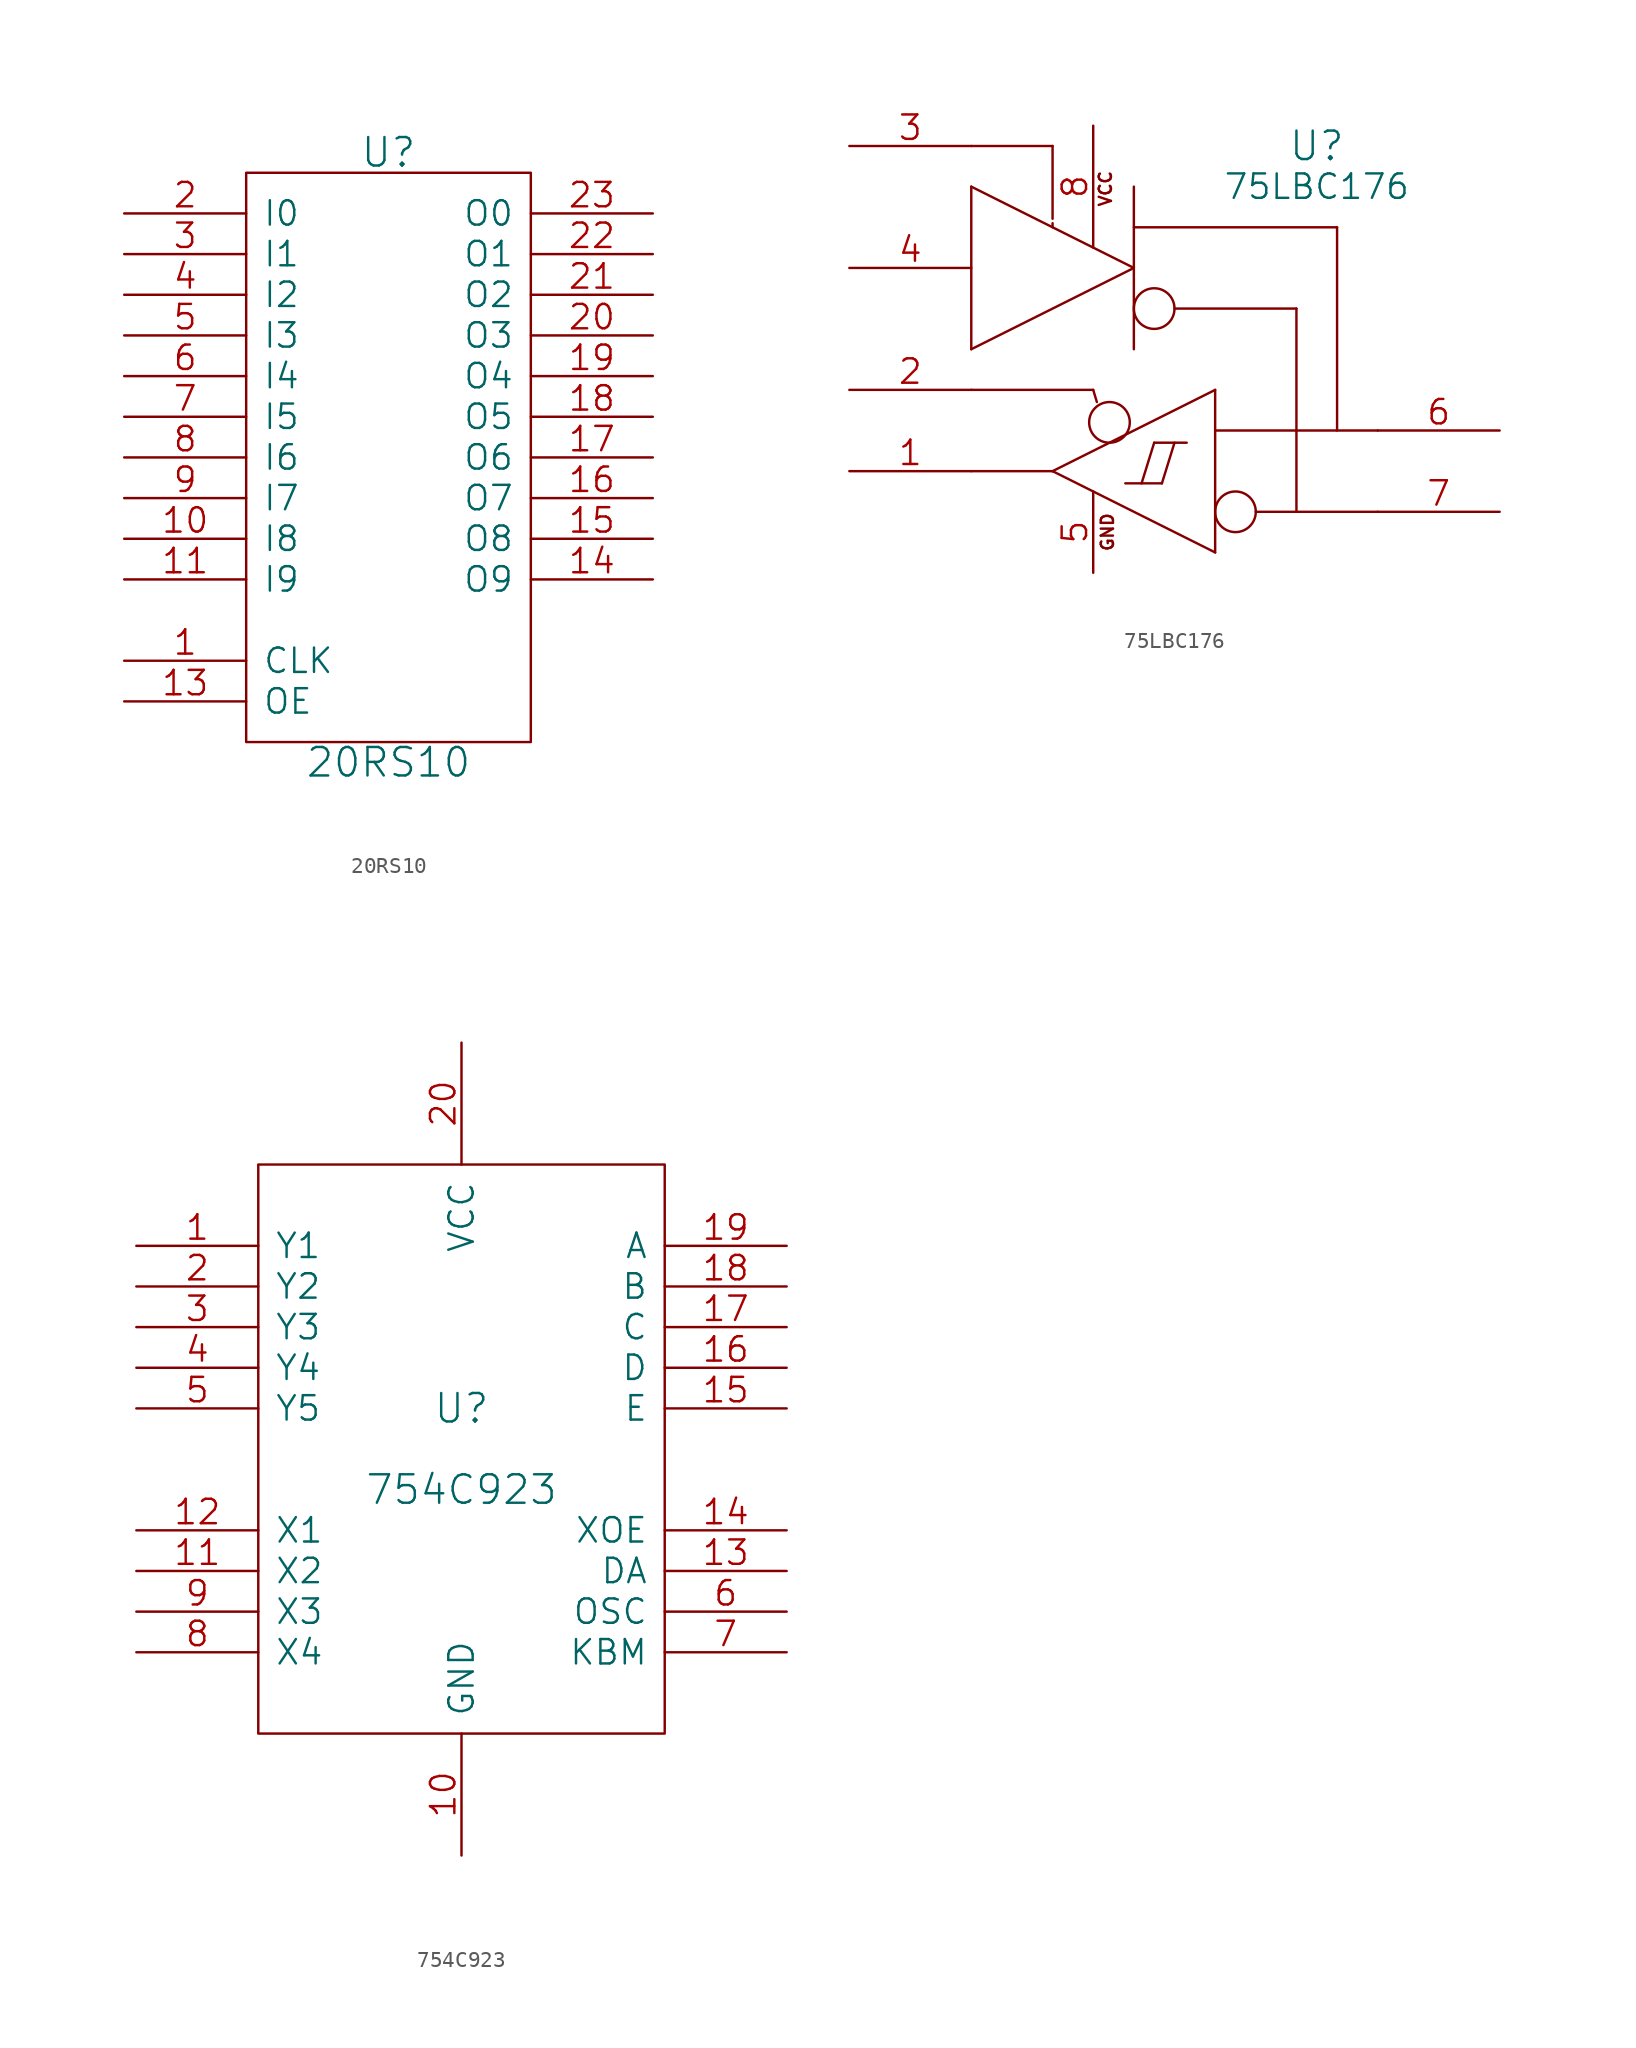
<source format=kicad_sym>
(kicad_symbol_lib
  (version 20211014)
  (generator kicad_symbol_editor)
  (symbol "20RS10"
    (pin_names
      (offset 1.016))
    (property "Reference" "U"
      (at 0 19.05 0)
      (effects (font (size 1.778 1.778))))
    (property "Value" "20RS10"
      (at 0 -19.05 0)
      (effects (font (size 1.778 1.778))))
    (property "Footprint" ""
      (at 0 0 0)
      (effects (font (size 1.524 1.524))))
    (property "Datasheet" ""
      (at 0 0 0)
      (effects (font (size 1.524 1.524))))
    (symbol "20RS10_0_1"
      (rectangle (start -8.89 -17.78) (end 8.89 17.78) (stroke (width 0) (type default) (color 0 0 0 0)) (fill (type none))))
    (symbol "20RS10_1_1"
      (pin input line (at -16.51 -12.7 0) (length 7.62) (name "CLK" (effects (font (size 1.524 1.524)))) (number "1" (effects (font (size 1.524 1.524)))))
      (pin input line (at -16.51 -5.08 0) (length 7.62) (name "I8" (effects (font (size 1.524 1.524)))) (number "10" (effects (font (size 1.524 1.524)))))
      (pin input line (at -16.51 -7.62 0) (length 7.62) (name "I9" (effects (font (size 1.524 1.524)))) (number "11" (effects (font (size 1.524 1.524)))))
      (pin power_in line (at -8.89 -17.78 90) (length 0) hide (name "GND" (effects (font (size 1.524 1.524)))) (number "12" (effects (font (size 1.524 1.524)))))
      (pin input line (at -16.51 -15.24 0) (length 7.62) (name "OE" (effects (font (size 1.524 1.524)))) (number "13" (effects (font (size 1.524 1.524)))))
      (pin output line (at 16.51 -7.62 180) (length 7.62) (name "O9" (effects (font (size 1.524 1.524)))) (number "14" (effects (font (size 1.524 1.524)))))
      (pin output line (at 16.51 -5.08 180) (length 7.62) (name "O8" (effects (font (size 1.524 1.524)))) (number "15" (effects (font (size 1.524 1.524)))))
      (pin output line (at 16.51 -2.54 180) (length 7.62) (name "O7" (effects (font (size 1.524 1.524)))) (number "16" (effects (font (size 1.524 1.524)))))
      (pin output line (at 16.51 0 180) (length 7.62) (name "O6" (effects (font (size 1.524 1.524)))) (number "17" (effects (font (size 1.524 1.524)))))
      (pin output line (at 16.51 2.54 180) (length 7.62) (name "O5" (effects (font (size 1.524 1.524)))) (number "18" (effects (font (size 1.524 1.524)))))
      (pin output line (at 16.51 5.08 180) (length 7.62) (name "O4" (effects (font (size 1.524 1.524)))) (number "19" (effects (font (size 1.524 1.524)))))
      (pin input line (at -16.51 15.24 0) (length 7.62) (name "I0" (effects (font (size 1.524 1.524)))) (number "2" (effects (font (size 1.524 1.524)))))
      (pin output line (at 16.51 7.62 180) (length 7.62) (name "O3" (effects (font (size 1.524 1.524)))) (number "20" (effects (font (size 1.524 1.524)))))
      (pin output line (at 16.51 10.16 180) (length 7.62) (name "O2" (effects (font (size 1.524 1.524)))) (number "21" (effects (font (size 1.524 1.524)))))
      (pin output line (at 16.51 12.7 180) (length 7.62) (name "O1" (effects (font (size 1.524 1.524)))) (number "22" (effects (font (size 1.524 1.524)))))
      (pin output line (at 16.51 15.24 180) (length 7.62) (name "O0" (effects (font (size 1.524 1.524)))) (number "23" (effects (font (size 1.524 1.524)))))
      (pin power_in line (at -8.89 17.78 90) (length 0) hide (name "VCC" (effects (font (size 1.524 1.524)))) (number "24" (effects (font (size 1.524 1.524)))))
      (pin input line (at -16.51 12.7 0) (length 7.62) (name "I1" (effects (font (size 1.524 1.524)))) (number "3" (effects (font (size 1.524 1.524)))))
      (pin input line (at -16.51 10.16 0) (length 7.62) (name "I2" (effects (font (size 1.524 1.524)))) (number "4" (effects (font (size 1.524 1.524)))))
      (pin input line (at -16.51 7.62 0) (length 7.62) (name "I3" (effects (font (size 1.524 1.524)))) (number "5" (effects (font (size 1.524 1.524)))))
      (pin input line (at -16.51 5.08 0) (length 7.62) (name "I4" (effects (font (size 1.524 1.524)))) (number "6" (effects (font (size 1.524 1.524)))))
      (pin input line (at -16.51 2.54 0) (length 7.62) (name "I5" (effects (font (size 1.524 1.524)))) (number "7" (effects (font (size 1.524 1.524)))))
      (pin input line (at -16.51 0 0) (length 7.62) (name "I6" (effects (font (size 1.524 1.524)))) (number "8" (effects (font (size 1.524 1.524)))))
      (pin input line (at -16.51 -2.54 0) (length 7.62) (name "I7" (effects (font (size 1.524 1.524)))) (number "9" (effects (font (size 1.524 1.524)))))))
  (symbol "75LBC176"
    (pin_names
      (offset 1.016) hide)
    (property "Reference" "U"
      (at 8.89 11.43 0)
      (effects (font (size 1.778 1.778))))
    (property "Value" "75LBC176"
      (at 8.89 8.89 0)
      (effects (font (size 1.524 1.524))))
    (property "Footprint" ""
      (at 0 0 0)
      (effects (font (size 1.524 1.524))))
    (property "Datasheet" ""
      (at 0 0 0)
      (effects (font (size 1.524 1.524))))
    (symbol "75LBC176_0_1"
      (circle (center -4.064 -5.842) (radius 1.27) (stroke (width 0) (type default) (color 0 0 0 0)) (fill (type none)))
      (circle (center -1.27 1.27) (radius 1.27) (stroke (width 0) (type default) (color 0 0 0 0)) (fill (type none)))
      (polyline (pts (xy -12.7 -3.81) (xy -5.08 -3.81)) (stroke (width 0) (type default) (color 0 0 0 0)) (fill (type none)))
      (polyline (pts (xy -12.7 -1.27) (xy -12.7 8.89)) (stroke (width 0) (type default) (color 0 0 0 0)) (fill (type none)))
      (polyline (pts (xy -12.7 8.89) (xy -2.54 3.81)) (stroke (width 0) (type default) (color 0 0 0 0)) (fill (type none)))
      (polyline (pts (xy -12.7 11.43) (xy -7.62 11.43)) (stroke (width 0) (type default) (color 0 0 0 0)) (fill (type none)))
      (polyline (pts (xy -7.62 -8.89) (xy -12.7 -8.89)) (stroke (width 0) (type default) (color 0 0 0 0)) (fill (type none)))
      (polyline (pts (xy -7.62 -8.89) (xy 2.54 -3.81)) (stroke (width 0) (type default) (color 0 0 0 0)) (fill (type none)))
      (polyline (pts (xy -7.62 6.604) (xy -7.62 6.35)) (stroke (width 0) (type default) (color 0 0 0 0)) (fill (type none)))
      (polyline (pts (xy -7.62 11.43) (xy -7.62 6.883)) (stroke (width 0) (type default) (color 0 0 0 0)) (fill (type none)))
      (polyline (pts (xy -5.08 -3.81) (xy -4.851 -4.572)) (stroke (width 0) (type default) (color 0 0 0 0)) (fill (type none)))
      (polyline (pts (xy -2.54 3.81) (xy -12.7 -1.27)) (stroke (width 0) (type default) (color 0 0 0 0)) (fill (type none)))
      (polyline (pts (xy -2.54 6.35) (xy 10.16 6.35)) (stroke (width 0) (type default) (color 0 0 0 0)) (fill (type none)))
      (polyline (pts (xy -2.54 8.89) (xy -2.54 -1.27)) (stroke (width 0) (type default) (color 0 0 0 0)) (fill (type none)))
      (polyline (pts (xy -1.27 -7.112) (xy -2.057 -9.652)) (stroke (width 0) (type default) (color 0 0 0 0)) (fill (type none)))
      (polyline (pts (xy -0.787 -9.652) (xy -3.073 -9.652)) (stroke (width 0) (type default) (color 0 0 0 0)) (fill (type none)))
      (polyline (pts (xy 0 -7.112) (xy -0.787 -9.652)) (stroke (width 0) (type default) (color 0 0 0 0)) (fill (type none)))
      (polyline (pts (xy 0.762 -7.112) (xy -1.27 -7.112)) (stroke (width 0) (type default) (color 0 0 0 0)) (fill (type none)))
      (polyline (pts (xy 2.54 -13.97) (xy -7.62 -8.89)) (stroke (width 0) (type default) (color 0 0 0 0)) (fill (type none)))
      (polyline (pts (xy 2.54 -6.35) (xy 12.7 -6.35)) (stroke (width 0) (type default) (color 0 0 0 0)) (fill (type none)))
      (polyline (pts (xy 2.54 -3.81) (xy 2.54 -13.97)) (stroke (width 0) (type default) (color 0 0 0 0)) (fill (type none)))
      (polyline (pts (xy 7.62 1.27) (xy 0 1.27)) (stroke (width 0) (type default) (color 0 0 0 0)) (fill (type none)))
      (polyline (pts (xy 7.62 1.27) (xy 7.62 -11.43)) (stroke (width 0) (type default) (color 0 0 0 0)) (fill (type none)))
      (polyline (pts (xy 10.16 6.35) (xy 10.16 -6.35)) (stroke (width 0) (type default) (color 0 0 0 0)) (fill (type none)))
      (polyline (pts (xy 12.7 -11.43) (xy 5.08 -11.43)) (stroke (width 0) (type default) (color 0 0 0 0)) (fill (type none)))
      (circle (center 3.81 -11.43) (radius 1.27) (stroke (width 0) (type default) (color 0 0 0 0)) (fill (type none)))
      (text "GND" (at -4.191 -12.7 1) (effects (font (size 0.762 0.762))))
      (text "VCC" (at -4.318 8.763 1) (effects (font (size 0.762 0.762)))))
    (symbol "75LBC176_1_1"
      (pin output line (at -20.32 -8.89 0) (length 7.62) (name "ROUT" (effects (font (size 1.524 1.524)))) (number "1" (effects (font (size 1.524 1.524)))))
      (pin input line (at -20.32 -3.81 0) (length 7.62) (name "/RE" (effects (font (size 1.524 1.524)))) (number "2" (effects (font (size 1.524 1.524)))))
      (pin input line (at -20.32 11.43 0) (length 7.62) (name "DE" (effects (font (size 1.524 1.524)))) (number "3" (effects (font (size 1.524 1.524)))))
      (pin input line (at -20.32 3.81 0) (length 7.62) (name "DIN" (effects (font (size 1.524 1.524)))) (number "4" (effects (font (size 1.524 1.524)))))
      (pin power_in line (at -5.08 -15.24 90) (length 5.08) (name "GND" (effects (font (size 1.524 1.524)))) (number "5" (effects (font (size 1.524 1.524)))))
      (pin tri_state line (at 20.32 -6.35 180) (length 7.62) (name "BUS+" (effects (font (size 1.524 1.524)))) (number "6" (effects (font (size 1.524 1.524)))))
      (pin tri_state line (at 20.32 -11.43 180) (length 7.62) (name "BUS-" (effects (font (size 1.524 1.524)))) (number "7" (effects (font (size 1.524 1.524)))))
      (pin power_in line (at -5.08 12.7 270) (length 7.62) (name "VCC" (effects (font (size 1.524 1.524)))) (number "8" (effects (font (size 1.524 1.524)))))))
  (symbol "754C923"
    (pin_names
      (offset 1.016))
    (property "Reference" "U"
      (at 0 2.54 0)
      (effects (font (size 1.778 1.778))))
    (property "Value" "754C923"
      (at 0 -2.54 0)
      (effects (font (size 1.778 1.778))))
    (property "Footprint" ""
      (at 0 0 0)
      (effects (font (size 1.524 1.524))))
    (property "Datasheet" ""
      (at 0 0 0)
      (effects (font (size 1.524 1.524))))
    (symbol "754C923_0_1"
      (rectangle (start -12.7 -17.78) (end 12.7 17.78) (stroke (width 0) (type default) (color 0 0 0 0)) (fill (type none))))
    (symbol "754C923_1_1"
      (pin input line (at -20.32 12.7 0) (length 7.62) (name "Y1" (effects (font (size 1.524 1.524)))) (number "1" (effects (font (size 1.524 1.524)))))
      (pin passive line (at 0 -25.4 90) (length 7.62) (name "GND" (effects (font (size 1.524 1.524)))) (number "10" (effects (font (size 1.524 1.524)))))
      (pin input line (at -20.32 -7.62 0) (length 7.62) (name "X2" (effects (font (size 1.524 1.524)))) (number "11" (effects (font (size 1.524 1.524)))))
      (pin input line (at -20.32 -5.08 0) (length 7.62) (name "X1" (effects (font (size 1.524 1.524)))) (number "12" (effects (font (size 1.524 1.524)))))
      (pin output line (at 20.32 -7.62 180) (length 7.62) (name "DA" (effects (font (size 1.524 1.524)))) (number "13" (effects (font (size 1.524 1.524)))))
      (pin output line (at 20.32 -5.08 180) (length 7.62) (name "XOE" (effects (font (size 1.524 1.524)))) (number "14" (effects (font (size 1.524 1.524)))))
      (pin output line (at 20.32 2.54 180) (length 7.62) (name "E" (effects (font (size 1.524 1.524)))) (number "15" (effects (font (size 1.524 1.524)))))
      (pin output line (at 20.32 5.08 180) (length 7.62) (name "D" (effects (font (size 1.524 1.524)))) (number "16" (effects (font (size 1.524 1.524)))))
      (pin output line (at 20.32 7.62 180) (length 7.62) (name "C" (effects (font (size 1.524 1.524)))) (number "17" (effects (font (size 1.524 1.524)))))
      (pin output line (at 20.32 10.16 180) (length 7.62) (name "B" (effects (font (size 1.524 1.524)))) (number "18" (effects (font (size 1.524 1.524)))))
      (pin output line (at 20.32 12.7 180) (length 7.62) (name "A" (effects (font (size 1.524 1.524)))) (number "19" (effects (font (size 1.524 1.524)))))
      (pin input line (at -20.32 10.16 0) (length 7.62) (name "Y2" (effects (font (size 1.524 1.524)))) (number "2" (effects (font (size 1.524 1.524)))))
      (pin passive line (at 0 25.4 270) (length 7.62) (name "VCC" (effects (font (size 1.524 1.524)))) (number "20" (effects (font (size 1.524 1.524)))))
      (pin input line (at -20.32 7.62 0) (length 7.62) (name "Y3" (effects (font (size 1.524 1.524)))) (number "3" (effects (font (size 1.524 1.524)))))
      (pin input line (at -20.32 5.08 0) (length 7.62) (name "Y4" (effects (font (size 1.524 1.524)))) (number "4" (effects (font (size 1.524 1.524)))))
      (pin input line (at -20.32 2.54 0) (length 7.62) (name "Y5" (effects (font (size 1.524 1.524)))) (number "5" (effects (font (size 1.524 1.524)))))
      (pin input line (at 20.32 -10.16 180) (length 7.62) (name "OSC" (effects (font (size 1.524 1.524)))) (number "6" (effects (font (size 1.524 1.524)))))
      (pin passive line (at 20.32 -12.7 180) (length 7.62) (name "KBM" (effects (font (size 1.524 1.524)))) (number "7" (effects (font (size 1.524 1.524)))))
      (pin input line (at -20.32 -12.7 0) (length 7.62) (name "X4" (effects (font (size 1.524 1.524)))) (number "8" (effects (font (size 1.524 1.524)))))
      (pin input line (at -20.32 -10.16 0) (length 7.62) (name "X3" (effects (font (size 1.524 1.524)))) (number "9" (effects (font (size 1.524 1.524))))))))
</source>
